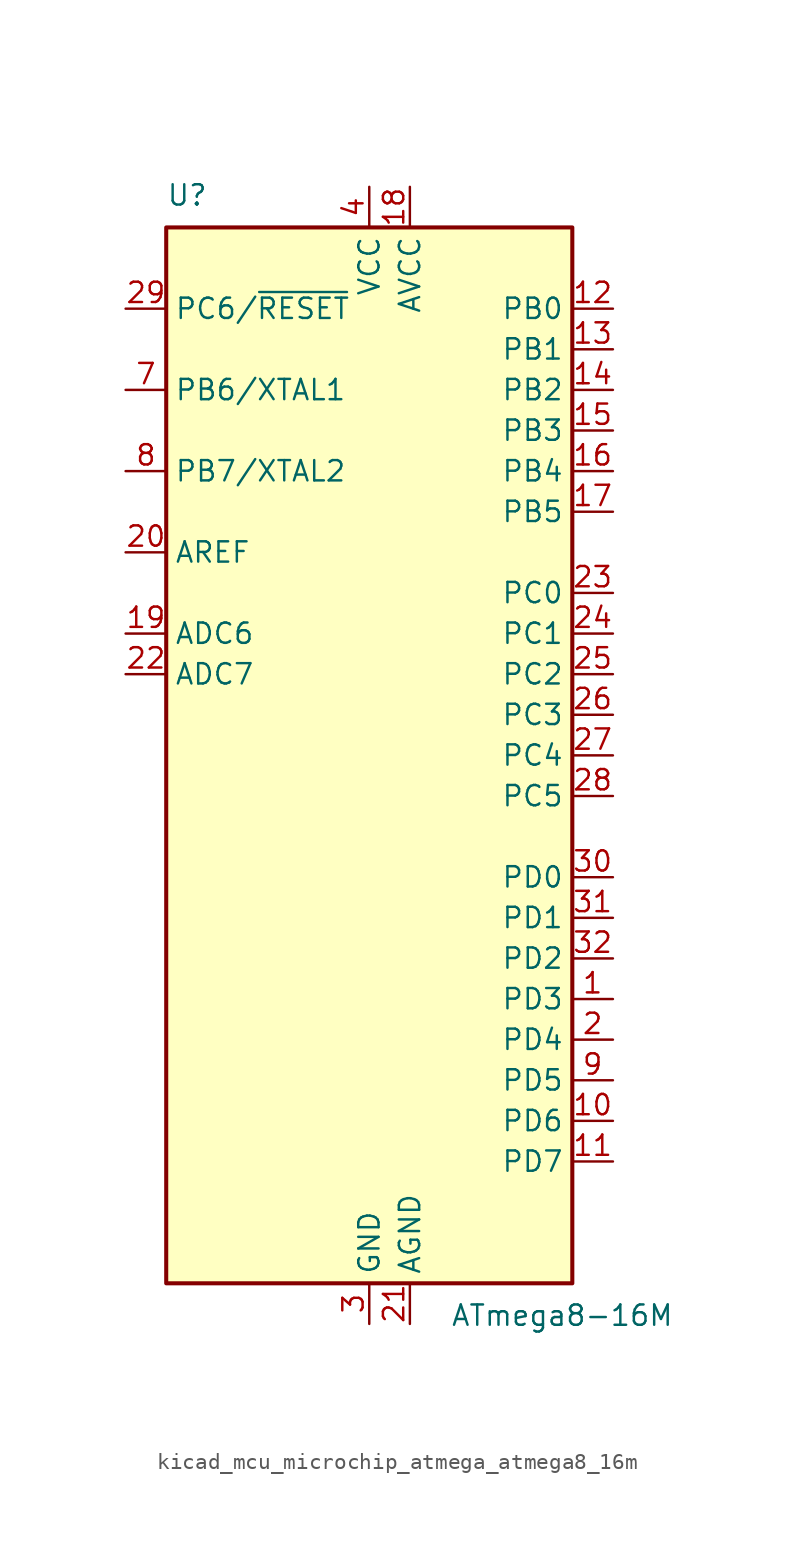
<source format=kicad_sym>
(kicad_symbol_lib
  (version 20220914)
  (generator kicad_symbol_editor)
  (symbol "kicad_mcu_microchip_atmega_atmega8_16m"
    (property "Reference" "U"
      (at -12.7 34.29 0)
      (effects (font (size 1.27 1.27)) (justify left bottom)))
    (property "Value" "ATmega8-16M"
      (at 5.08 -34.29 0)
      (effects (font (size 1.27 1.27)) (justify left top)))
    (symbol "kicad_mcu_microchip_atmega_atmega8_16m_0_1"
      (rectangle (start -12.7 -33.02) (end 12.7 33.02) (stroke (width 0.254) (type default)) (fill (type background))))
    (symbol "kicad_mcu_microchip_atmega_atmega8_16m_1_1"
      (pin bidirectional line (at 15.24 -15.24 180) (length 2.54) (name "PD3" (effects (font (size 1.27 1.27)))) (number "1" (effects (font (size 1.27 1.27)))))
      (pin bidirectional line (at 15.24 -22.86 180) (length 2.54) (name "PD6" (effects (font (size 1.27 1.27)))) (number "10" (effects (font (size 1.27 1.27)))))
      (pin bidirectional line (at 15.24 -25.4 180) (length 2.54) (name "PD7" (effects (font (size 1.27 1.27)))) (number "11" (effects (font (size 1.27 1.27)))))
      (pin bidirectional line (at 15.24 27.94 180) (length 2.54) (name "PB0" (effects (font (size 1.27 1.27)))) (number "12" (effects (font (size 1.27 1.27)))))
      (pin bidirectional line (at 15.24 25.4 180) (length 2.54) (name "PB1" (effects (font (size 1.27 1.27)))) (number "13" (effects (font (size 1.27 1.27)))))
      (pin bidirectional line (at 15.24 22.86 180) (length 2.54) (name "PB2" (effects (font (size 1.27 1.27)))) (number "14" (effects (font (size 1.27 1.27)))))
      (pin bidirectional line (at 15.24 20.32 180) (length 2.54) (name "PB3" (effects (font (size 1.27 1.27)))) (number "15" (effects (font (size 1.27 1.27)))))
      (pin bidirectional line (at 15.24 17.78 180) (length 2.54) (name "PB4" (effects (font (size 1.27 1.27)))) (number "16" (effects (font (size 1.27 1.27)))))
      (pin bidirectional line (at 15.24 15.24 180) (length 2.54) (name "PB5" (effects (font (size 1.27 1.27)))) (number "17" (effects (font (size 1.27 1.27)))))
      (pin power_in line (at 2.54 35.56 270) (length 2.54) (name "AVCC" (effects (font (size 1.27 1.27)))) (number "18" (effects (font (size 1.27 1.27)))))
      (pin input line (at -15.24 7.62 0) (length 2.54) (name "ADC6" (effects (font (size 1.27 1.27)))) (number "19" (effects (font (size 1.27 1.27)))))
      (pin bidirectional line (at 15.24 -17.78 180) (length 2.54) (name "PD4" (effects (font (size 1.27 1.27)))) (number "2" (effects (font (size 1.27 1.27)))))
      (pin passive line (at -15.24 12.7 0) (length 2.54) (name "AREF" (effects (font (size 1.27 1.27)))) (number "20" (effects (font (size 1.27 1.27)))))
      (pin power_in line (at 2.54 -35.56 90) (length 2.54) (name "AGND" (effects (font (size 1.27 1.27)))) (number "21" (effects (font (size 1.27 1.27)))))
      (pin input line (at -15.24 5.08 0) (length 2.54) (name "ADC7" (effects (font (size 1.27 1.27)))) (number "22" (effects (font (size 1.27 1.27)))))
      (pin bidirectional line (at 15.24 10.16 180) (length 2.54) (name "PC0" (effects (font (size 1.27 1.27)))) (number "23" (effects (font (size 1.27 1.27)))))
      (pin bidirectional line (at 15.24 7.62 180) (length 2.54) (name "PC1" (effects (font (size 1.27 1.27)))) (number "24" (effects (font (size 1.27 1.27)))))
      (pin bidirectional line (at 15.24 5.08 180) (length 2.54) (name "PC2" (effects (font (size 1.27 1.27)))) (number "25" (effects (font (size 1.27 1.27)))))
      (pin bidirectional line (at 15.24 2.54 180) (length 2.54) (name "PC3" (effects (font (size 1.27 1.27)))) (number "26" (effects (font (size 1.27 1.27)))))
      (pin bidirectional line (at 15.24 0 180) (length 2.54) (name "PC4" (effects (font (size 1.27 1.27)))) (number "27" (effects (font (size 1.27 1.27)))))
      (pin bidirectional line (at 15.24 -2.54 180) (length 2.54) (name "PC5" (effects (font (size 1.27 1.27)))) (number "28" (effects (font (size 1.27 1.27)))))
      (pin bidirectional line (at -15.24 27.94 0) (length 2.54) (name "PC6/~{RESET}" (effects (font (size 1.27 1.27)))) (number "29" (effects (font (size 1.27 1.27)))))
      (pin power_in line (at 0 -35.56 90) (length 2.54) (name "GND" (effects (font (size 1.27 1.27)))) (number "3" (effects (font (size 1.27 1.27)))))
      (pin bidirectional line (at 15.24 -7.62 180) (length 2.54) (name "PD0" (effects (font (size 1.27 1.27)))) (number "30" (effects (font (size 1.27 1.27)))))
      (pin bidirectional line (at 15.24 -10.16 180) (length 2.54) (name "PD1" (effects (font (size 1.27 1.27)))) (number "31" (effects (font (size 1.27 1.27)))))
      (pin bidirectional line (at 15.24 -12.7 180) (length 2.54) (name "PD2" (effects (font (size 1.27 1.27)))) (number "32" (effects (font (size 1.27 1.27)))))
      (pin passive line (at 0 -35.56 90) (length 2.54) hide (name "GND" (effects (font (size 1.27 1.27)))) (number "33" (effects (font (size 1.27 1.27)))))
      (pin power_in line (at 0 35.56 270) (length 2.54) (name "VCC" (effects (font (size 1.27 1.27)))) (number "4" (effects (font (size 1.27 1.27)))))
      (pin passive line (at 0 -35.56 90) (length 2.54) hide (name "GND" (effects (font (size 1.27 1.27)))) (number "5" (effects (font (size 1.27 1.27)))))
      (pin passive line (at 0 35.56 270) (length 2.54) hide (name "VCC" (effects (font (size 1.27 1.27)))) (number "6" (effects (font (size 1.27 1.27)))))
      (pin bidirectional line (at -15.24 22.86 0) (length 2.54) (name "PB6/XTAL1" (effects (font (size 1.27 1.27)))) (number "7" (effects (font (size 1.27 1.27)))))
      (pin bidirectional line (at -15.24 17.78 0) (length 2.54) (name "PB7/XTAL2" (effects (font (size 1.27 1.27)))) (number "8" (effects (font (size 1.27 1.27)))))
      (pin bidirectional line (at 15.24 -20.32 180) (length 2.54) (name "PD5" (effects (font (size 1.27 1.27)))) (number "9" (effects (font (size 1.27 1.27))))))))
</source>
